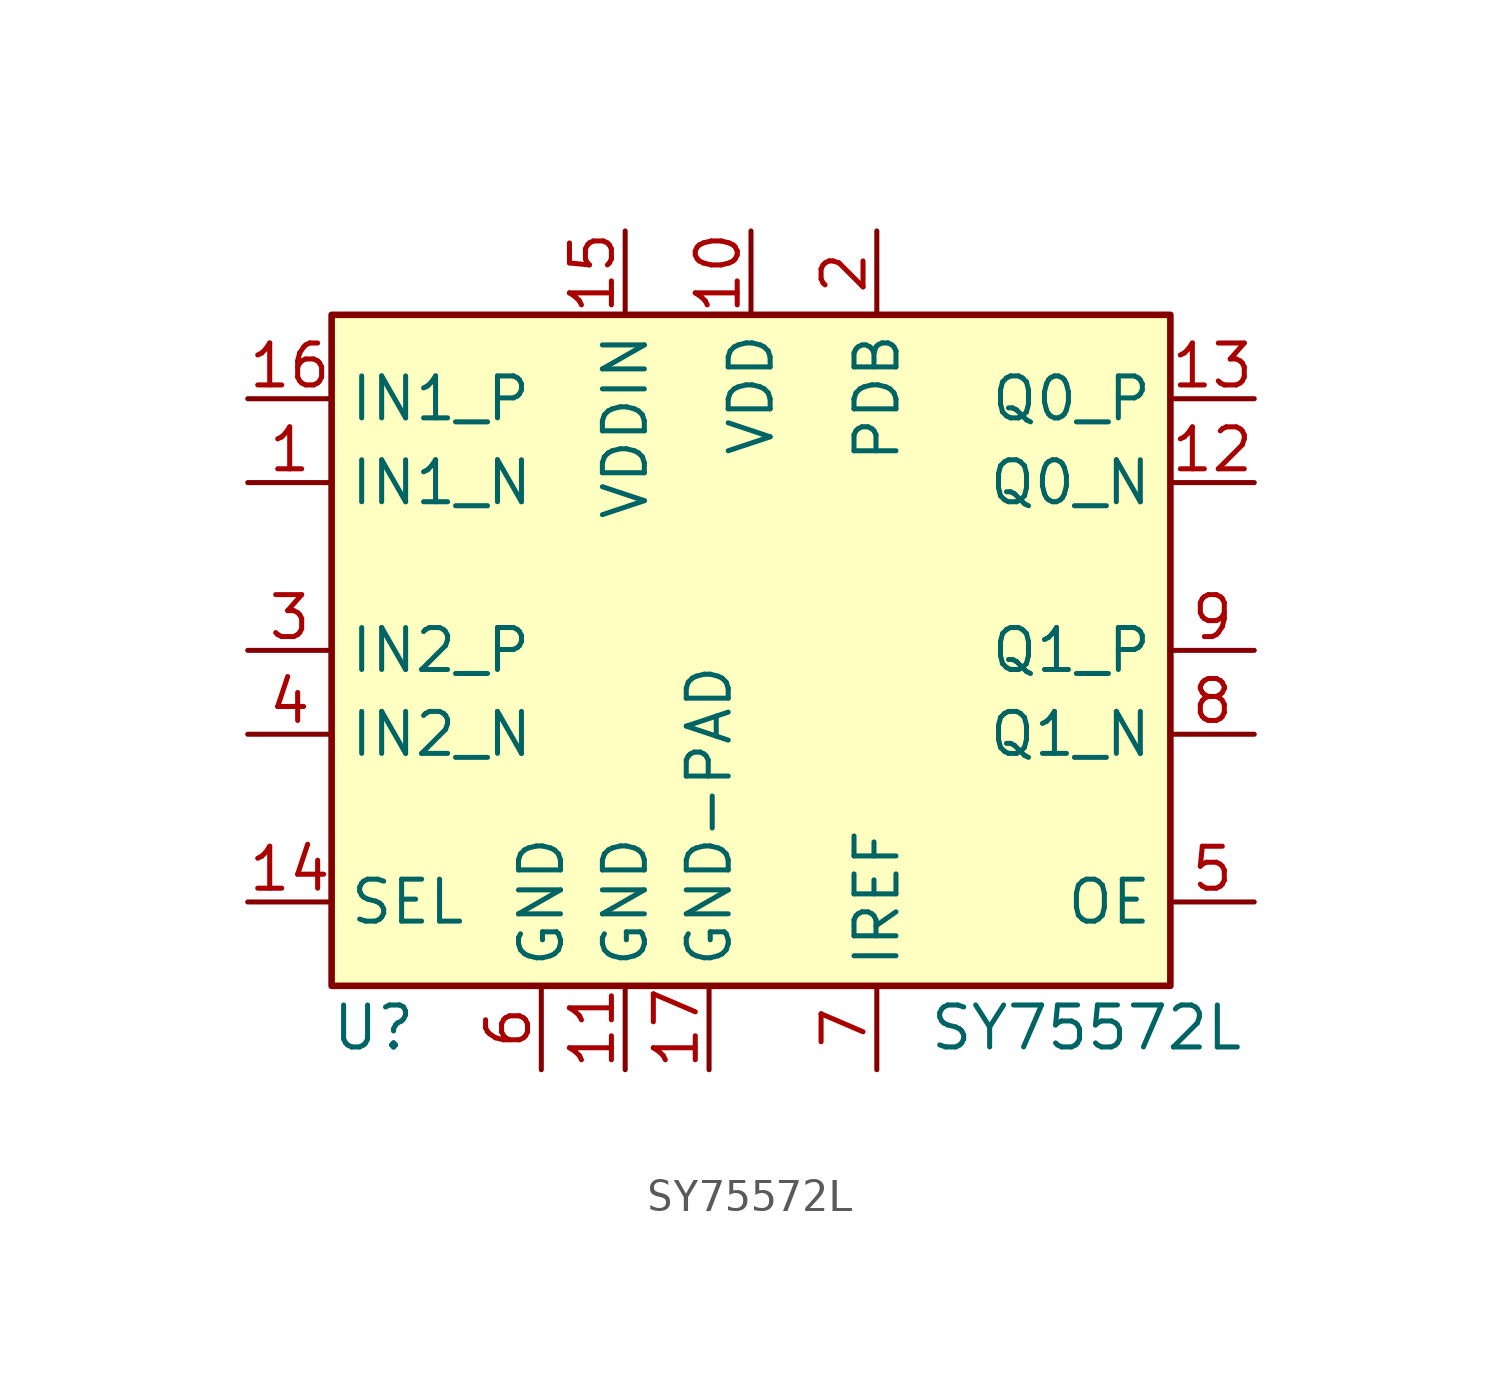
<source format=kicad_sym>
(kicad_symbol_lib
  (version 20220914)
  (generator kicad_symbol_editor)
  (symbol "SY75572L"
    (property "Reference" "U"
      (at -11.43 -11.43 0)
      (effects (font (size 1.27 1.27))))
    (property "Value" "SY75572L"
      (at 10.16 -11.43 0)
      (effects (font (size 1.27 1.27))))
    (symbol "SY75572L_1_1"
      (rectangle (start -12.7 10.16) (end 12.7 -10.16) (stroke (width 0.2) (type default)) (fill (type background)))
      (pin input line (at -15.24 5.08 0) (length 2.54) (name "IN1_N" (effects (font (size 1.27 1.27)))) (number "1" (effects (font (size 1.27 1.27)))))
      (pin power_in line (at 0 12.7 270) (length 2.54) (name "VDD" (effects (font (size 1.27 1.27)))) (number "10" (effects (font (size 1.27 1.27)))))
      (pin power_in line (at -3.81 -12.7 90) (length 2.54) (name "GND" (effects (font (size 1.27 1.27)))) (number "11" (effects (font (size 1.27 1.27)))))
      (pin output line (at 15.24 5.08 180) (length 2.54) (name "Q0_N" (effects (font (size 1.27 1.27)))) (number "12" (effects (font (size 1.27 1.27)))))
      (pin output line (at 15.24 7.62 180) (length 2.54) (name "Q0_P" (effects (font (size 1.27 1.27)))) (number "13" (effects (font (size 1.27 1.27)))))
      (pin input line (at -15.24 -7.62 0) (length 2.54) (name "SEL" (effects (font (size 1.27 1.27)))) (number "14" (effects (font (size 1.27 1.27)))))
      (pin power_in line (at -3.81 12.7 270) (length 2.54) (name "VDDIN" (effects (font (size 1.27 1.27)))) (number "15" (effects (font (size 1.27 1.27)))))
      (pin input line (at -15.24 7.62 0) (length 2.54) (name "IN1_P" (effects (font (size 1.27 1.27)))) (number "16" (effects (font (size 1.27 1.27)))))
      (pin power_in line (at -1.27 -12.7 90) (length 2.54) (name "GND-PAD" (effects (font (size 1.27 1.27)))) (number "17" (effects (font (size 1.27 1.27)))))
      (pin input line (at 3.81 12.7 270) (length 2.54) (name "PDB" (effects (font (size 1.27 1.27)))) (number "2" (effects (font (size 1.27 1.27)))))
      (pin input line (at -15.24 0 0) (length 2.54) (name "IN2_P" (effects (font (size 1.27 1.27)))) (number "3" (effects (font (size 1.27 1.27)))))
      (pin input line (at -15.24 -2.54 0) (length 2.54) (name "IN2_N" (effects (font (size 1.27 1.27)))) (number "4" (effects (font (size 1.27 1.27)))))
      (pin input line (at 15.24 -7.62 180) (length 2.54) (name "OE" (effects (font (size 1.27 1.27)))) (number "5" (effects (font (size 1.27 1.27)))))
      (pin power_in line (at -6.35 -12.7 90) (length 2.54) (name "GND" (effects (font (size 1.27 1.27)))) (number "6" (effects (font (size 1.27 1.27)))))
      (pin passive line (at 3.81 -12.7 90) (length 2.54) (name "IREF" (effects (font (size 1.27 1.27)))) (number "7" (effects (font (size 1.27 1.27)))))
      (pin output line (at 15.24 -2.54 180) (length 2.54) (name "Q1_N" (effects (font (size 1.27 1.27)))) (number "8" (effects (font (size 1.27 1.27)))))
      (pin output line (at 15.24 0 180) (length 2.54) (name "Q1_P" (effects (font (size 1.27 1.27)))) (number "9" (effects (font (size 1.27 1.27))))))))
</source>
